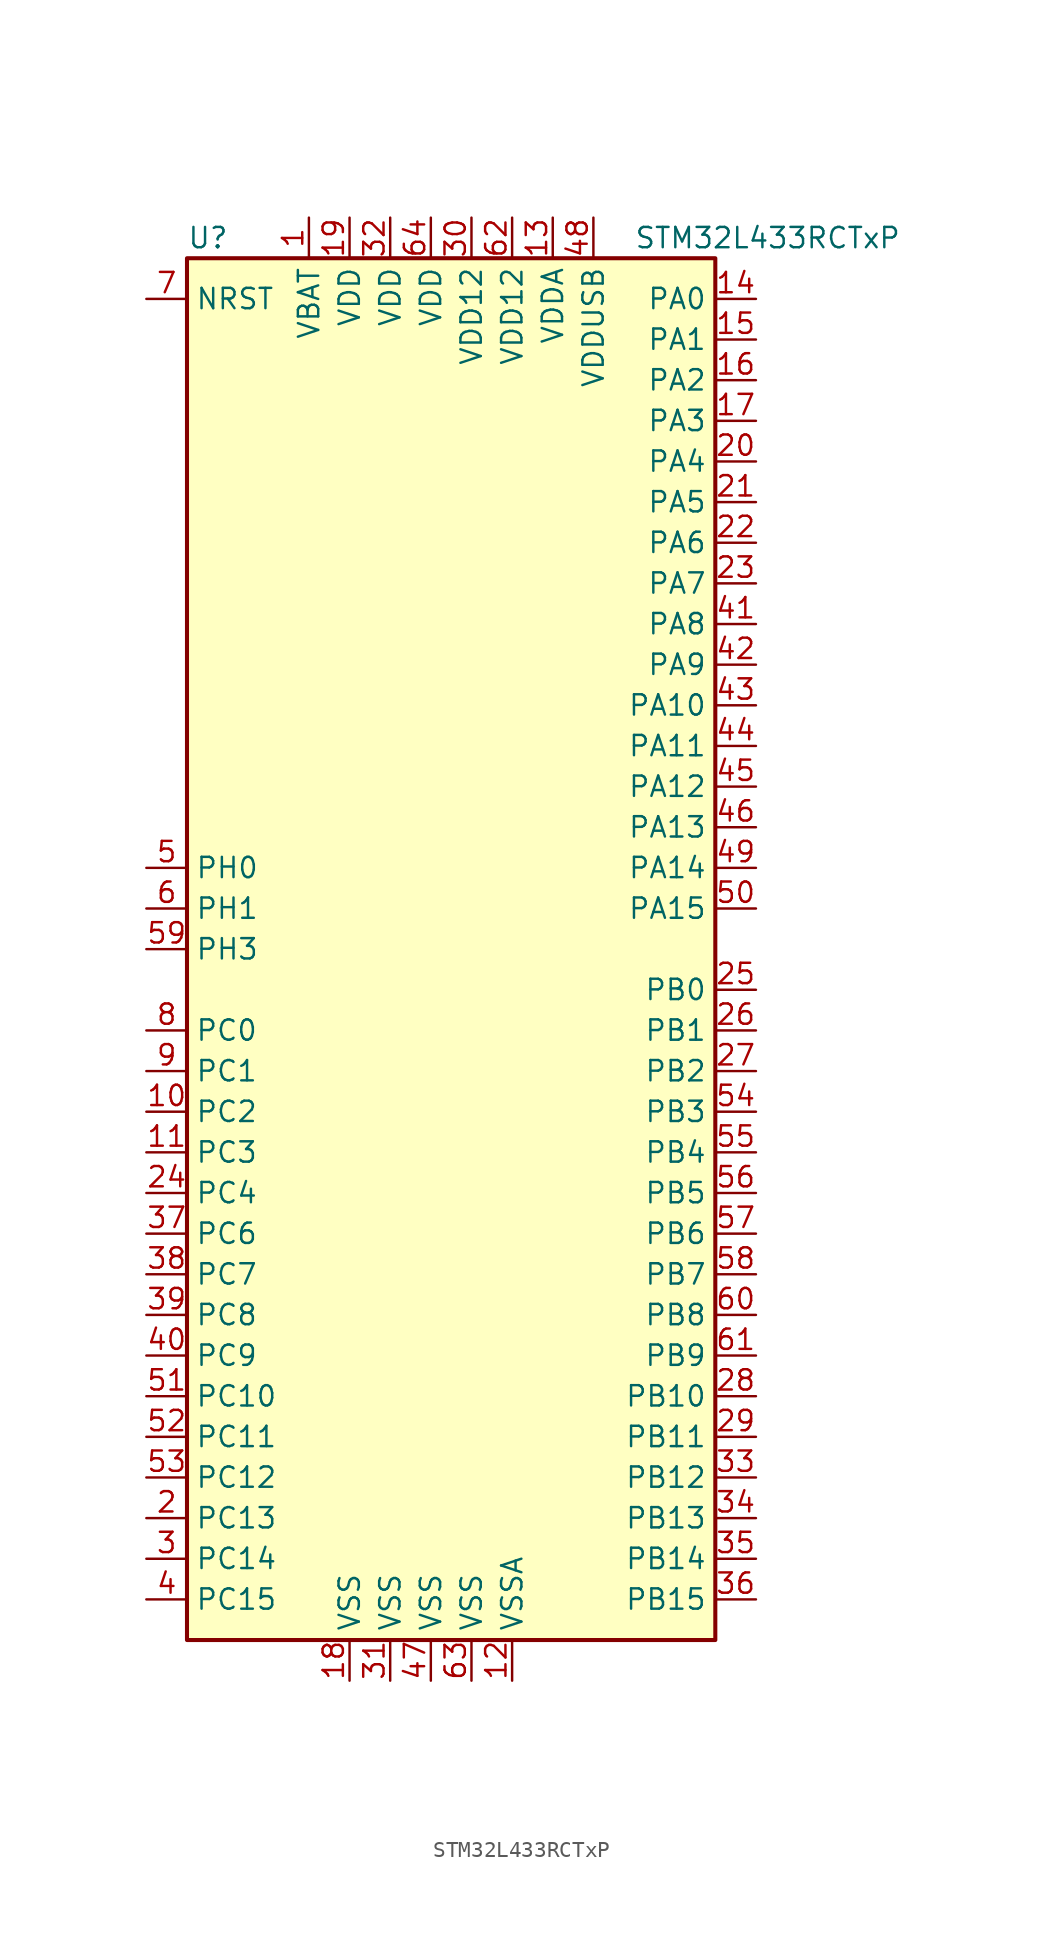
<source format=kicad_sym>
(kicad_symbol_lib
  (version 20201005)
  (generator kicad_symbol_editor)
  (symbol "MCU_ST_STM32L4:STM32L433RCTxP"
    (property "Reference" "U"
      (at -17.78 44.45 0)
      (effects (font (size 1.27 1.27)) (justify left)))
    (property "Value" "STM32L433RCTxP"
      (at 10.16 44.45 0)
      (effects (font (size 1.27 1.27)) (justify left)))
    (symbol "STM32L433RCTxP_0_1"
      (rectangle (start -17.78 -43.18) (end 15.24 43.18) (stroke (width 0.254)) (fill (type background))))
    (symbol "STM32L433RCTxP_1_1"
      (pin power_in line (at -10.16 45.72 270) (length 2.54) (name "VBAT" (effects (font (size 1.27 1.27)))) (number "1" (effects (font (size 1.27 1.27)))))
      (pin bidirectional line (at -20.32 -10.16 0) (length 2.54) (name "PC2" (effects (font (size 1.27 1.27)))) (number "10" (effects (font (size 1.27 1.27)))))
      (pin bidirectional line (at -20.32 -12.7 0) (length 2.54) (name "PC3" (effects (font (size 1.27 1.27)))) (number "11" (effects (font (size 1.27 1.27)))))
      (pin power_in line (at 2.54 -45.72 90) (length 2.54) (name "VSSA" (effects (font (size 1.27 1.27)))) (number "12" (effects (font (size 1.27 1.27)))))
      (pin power_in line (at 5.08 45.72 270) (length 2.54) (name "VDDA" (effects (font (size 1.27 1.27)))) (number "13" (effects (font (size 1.27 1.27)))))
      (pin bidirectional line (at 17.78 40.64 180) (length 2.54) (name "PA0" (effects (font (size 1.27 1.27)))) (number "14" (effects (font (size 1.27 1.27)))))
      (pin bidirectional line (at 17.78 38.1 180) (length 2.54) (name "PA1" (effects (font (size 1.27 1.27)))) (number "15" (effects (font (size 1.27 1.27)))))
      (pin bidirectional line (at 17.78 35.56 180) (length 2.54) (name "PA2" (effects (font (size 1.27 1.27)))) (number "16" (effects (font (size 1.27 1.27)))))
      (pin bidirectional line (at 17.78 33.02 180) (length 2.54) (name "PA3" (effects (font (size 1.27 1.27)))) (number "17" (effects (font (size 1.27 1.27)))))
      (pin power_in line (at -7.62 -45.72 90) (length 2.54) (name "VSS" (effects (font (size 1.27 1.27)))) (number "18" (effects (font (size 1.27 1.27)))))
      (pin power_in line (at -7.62 45.72 270) (length 2.54) (name "VDD" (effects (font (size 1.27 1.27)))) (number "19" (effects (font (size 1.27 1.27)))))
      (pin bidirectional line (at -20.32 -35.56 0) (length 2.54) (name "PC13" (effects (font (size 1.27 1.27)))) (number "2" (effects (font (size 1.27 1.27)))))
      (pin bidirectional line (at 17.78 30.48 180) (length 2.54) (name "PA4" (effects (font (size 1.27 1.27)))) (number "20" (effects (font (size 1.27 1.27)))))
      (pin bidirectional line (at 17.78 27.94 180) (length 2.54) (name "PA5" (effects (font (size 1.27 1.27)))) (number "21" (effects (font (size 1.27 1.27)))))
      (pin bidirectional line (at 17.78 25.4 180) (length 2.54) (name "PA6" (effects (font (size 1.27 1.27)))) (number "22" (effects (font (size 1.27 1.27)))))
      (pin bidirectional line (at 17.78 22.86 180) (length 2.54) (name "PA7" (effects (font (size 1.27 1.27)))) (number "23" (effects (font (size 1.27 1.27)))))
      (pin bidirectional line (at -20.32 -15.24 0) (length 2.54) (name "PC4" (effects (font (size 1.27 1.27)))) (number "24" (effects (font (size 1.27 1.27)))))
      (pin bidirectional line (at 17.78 -2.54 180) (length 2.54) (name "PB0" (effects (font (size 1.27 1.27)))) (number "25" (effects (font (size 1.27 1.27)))))
      (pin bidirectional line (at 17.78 -5.08 180) (length 2.54) (name "PB1" (effects (font (size 1.27 1.27)))) (number "26" (effects (font (size 1.27 1.27)))))
      (pin bidirectional line (at 17.78 -7.62 180) (length 2.54) (name "PB2" (effects (font (size 1.27 1.27)))) (number "27" (effects (font (size 1.27 1.27)))))
      (pin bidirectional line (at 17.78 -27.94 180) (length 2.54) (name "PB10" (effects (font (size 1.27 1.27)))) (number "28" (effects (font (size 1.27 1.27)))))
      (pin bidirectional line (at 17.78 -30.48 180) (length 2.54) (name "PB11" (effects (font (size 1.27 1.27)))) (number "29" (effects (font (size 1.27 1.27)))))
      (pin bidirectional line (at -20.32 -38.1 0) (length 2.54) (name "PC14" (effects (font (size 1.27 1.27)))) (number "3" (effects (font (size 1.27 1.27)))))
      (pin power_in line (at 0 45.72 270) (length 2.54) (name "VDD12" (effects (font (size 1.27 1.27)))) (number "30" (effects (font (size 1.27 1.27)))))
      (pin power_in line (at -5.08 -45.72 90) (length 2.54) (name "VSS" (effects (font (size 1.27 1.27)))) (number "31" (effects (font (size 1.27 1.27)))))
      (pin power_in line (at -5.08 45.72 270) (length 2.54) (name "VDD" (effects (font (size 1.27 1.27)))) (number "32" (effects (font (size 1.27 1.27)))))
      (pin bidirectional line (at 17.78 -33.02 180) (length 2.54) (name "PB12" (effects (font (size 1.27 1.27)))) (number "33" (effects (font (size 1.27 1.27)))))
      (pin bidirectional line (at 17.78 -35.56 180) (length 2.54) (name "PB13" (effects (font (size 1.27 1.27)))) (number "34" (effects (font (size 1.27 1.27)))))
      (pin bidirectional line (at 17.78 -38.1 180) (length 2.54) (name "PB14" (effects (font (size 1.27 1.27)))) (number "35" (effects (font (size 1.27 1.27)))))
      (pin bidirectional line (at 17.78 -40.64 180) (length 2.54) (name "PB15" (effects (font (size 1.27 1.27)))) (number "36" (effects (font (size 1.27 1.27)))))
      (pin bidirectional line (at -20.32 -17.78 0) (length 2.54) (name "PC6" (effects (font (size 1.27 1.27)))) (number "37" (effects (font (size 1.27 1.27)))))
      (pin bidirectional line (at -20.32 -20.32 0) (length 2.54) (name "PC7" (effects (font (size 1.27 1.27)))) (number "38" (effects (font (size 1.27 1.27)))))
      (pin bidirectional line (at -20.32 -22.86 0) (length 2.54) (name "PC8" (effects (font (size 1.27 1.27)))) (number "39" (effects (font (size 1.27 1.27)))))
      (pin bidirectional line (at -20.32 -40.64 0) (length 2.54) (name "PC15" (effects (font (size 1.27 1.27)))) (number "4" (effects (font (size 1.27 1.27)))))
      (pin bidirectional line (at -20.32 -25.4 0) (length 2.54) (name "PC9" (effects (font (size 1.27 1.27)))) (number "40" (effects (font (size 1.27 1.27)))))
      (pin bidirectional line (at 17.78 20.32 180) (length 2.54) (name "PA8" (effects (font (size 1.27 1.27)))) (number "41" (effects (font (size 1.27 1.27)))))
      (pin bidirectional line (at 17.78 17.78 180) (length 2.54) (name "PA9" (effects (font (size 1.27 1.27)))) (number "42" (effects (font (size 1.27 1.27)))))
      (pin bidirectional line (at 17.78 15.24 180) (length 2.54) (name "PA10" (effects (font (size 1.27 1.27)))) (number "43" (effects (font (size 1.27 1.27)))))
      (pin bidirectional line (at 17.78 12.7 180) (length 2.54) (name "PA11" (effects (font (size 1.27 1.27)))) (number "44" (effects (font (size 1.27 1.27)))))
      (pin bidirectional line (at 17.78 10.16 180) (length 2.54) (name "PA12" (effects (font (size 1.27 1.27)))) (number "45" (effects (font (size 1.27 1.27)))))
      (pin bidirectional line (at 17.78 7.62 180) (length 2.54) (name "PA13" (effects (font (size 1.27 1.27)))) (number "46" (effects (font (size 1.27 1.27)))))
      (pin power_in line (at -2.54 -45.72 90) (length 2.54) (name "VSS" (effects (font (size 1.27 1.27)))) (number "47" (effects (font (size 1.27 1.27)))))
      (pin power_in line (at 7.62 45.72 270) (length 2.54) (name "VDDUSB" (effects (font (size 1.27 1.27)))) (number "48" (effects (font (size 1.27 1.27)))))
      (pin bidirectional line (at 17.78 5.08 180) (length 2.54) (name "PA14" (effects (font (size 1.27 1.27)))) (number "49" (effects (font (size 1.27 1.27)))))
      (pin input line (at -20.32 5.08 0) (length 2.54) (name "PH0" (effects (font (size 1.27 1.27)))) (number "5" (effects (font (size 1.27 1.27)))))
      (pin bidirectional line (at 17.78 2.54 180) (length 2.54) (name "PA15" (effects (font (size 1.27 1.27)))) (number "50" (effects (font (size 1.27 1.27)))))
      (pin bidirectional line (at -20.32 -27.94 0) (length 2.54) (name "PC10" (effects (font (size 1.27 1.27)))) (number "51" (effects (font (size 1.27 1.27)))))
      (pin bidirectional line (at -20.32 -30.48 0) (length 2.54) (name "PC11" (effects (font (size 1.27 1.27)))) (number "52" (effects (font (size 1.27 1.27)))))
      (pin bidirectional line (at -20.32 -33.02 0) (length 2.54) (name "PC12" (effects (font (size 1.27 1.27)))) (number "53" (effects (font (size 1.27 1.27)))))
      (pin bidirectional line (at 17.78 -10.16 180) (length 2.54) (name "PB3" (effects (font (size 1.27 1.27)))) (number "54" (effects (font (size 1.27 1.27)))))
      (pin bidirectional line (at 17.78 -12.7 180) (length 2.54) (name "PB4" (effects (font (size 1.27 1.27)))) (number "55" (effects (font (size 1.27 1.27)))))
      (pin bidirectional line (at 17.78 -15.24 180) (length 2.54) (name "PB5" (effects (font (size 1.27 1.27)))) (number "56" (effects (font (size 1.27 1.27)))))
      (pin bidirectional line (at 17.78 -17.78 180) (length 2.54) (name "PB6" (effects (font (size 1.27 1.27)))) (number "57" (effects (font (size 1.27 1.27)))))
      (pin bidirectional line (at 17.78 -20.32 180) (length 2.54) (name "PB7" (effects (font (size 1.27 1.27)))) (number "58" (effects (font (size 1.27 1.27)))))
      (pin bidirectional line (at -20.32 0 0) (length 2.54) (name "PH3" (effects (font (size 1.27 1.27)))) (number "59" (effects (font (size 1.27 1.27)))))
      (pin input line (at -20.32 2.54 0) (length 2.54) (name "PH1" (effects (font (size 1.27 1.27)))) (number "6" (effects (font (size 1.27 1.27)))))
      (pin bidirectional line (at 17.78 -22.86 180) (length 2.54) (name "PB8" (effects (font (size 1.27 1.27)))) (number "60" (effects (font (size 1.27 1.27)))))
      (pin bidirectional line (at 17.78 -25.4 180) (length 2.54) (name "PB9" (effects (font (size 1.27 1.27)))) (number "61" (effects (font (size 1.27 1.27)))))
      (pin power_in line (at 2.54 45.72 270) (length 2.54) (name "VDD12" (effects (font (size 1.27 1.27)))) (number "62" (effects (font (size 1.27 1.27)))))
      (pin power_in line (at 0 -45.72 90) (length 2.54) (name "VSS" (effects (font (size 1.27 1.27)))) (number "63" (effects (font (size 1.27 1.27)))))
      (pin power_in line (at -2.54 45.72 270) (length 2.54) (name "VDD" (effects (font (size 1.27 1.27)))) (number "64" (effects (font (size 1.27 1.27)))))
      (pin input line (at -20.32 40.64 0) (length 2.54) (name "NRST" (effects (font (size 1.27 1.27)))) (number "7" (effects (font (size 1.27 1.27)))))
      (pin bidirectional line (at -20.32 -5.08 0) (length 2.54) (name "PC0" (effects (font (size 1.27 1.27)))) (number "8" (effects (font (size 1.27 1.27)))))
      (pin bidirectional line (at -20.32 -7.62 0) (length 2.54) (name "PC1" (effects (font (size 1.27 1.27)))) (number "9" (effects (font (size 1.27 1.27))))))))
</source>
